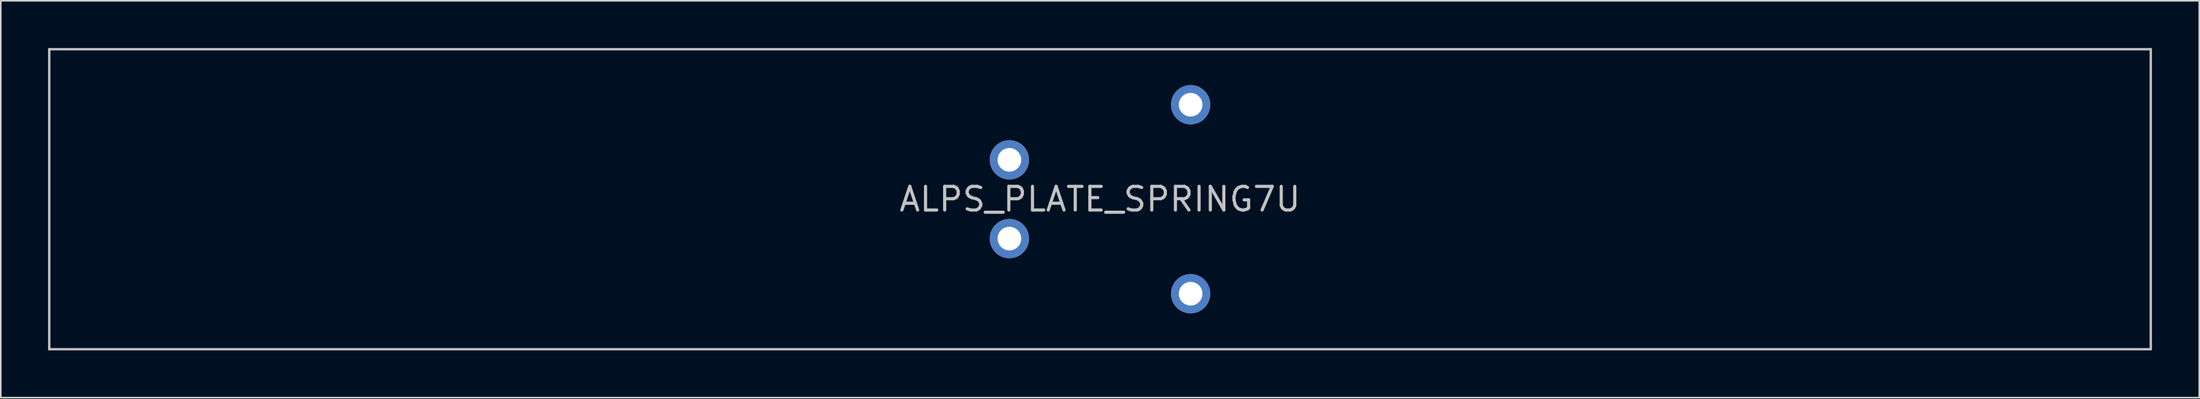
<source format=kicad_pcb>
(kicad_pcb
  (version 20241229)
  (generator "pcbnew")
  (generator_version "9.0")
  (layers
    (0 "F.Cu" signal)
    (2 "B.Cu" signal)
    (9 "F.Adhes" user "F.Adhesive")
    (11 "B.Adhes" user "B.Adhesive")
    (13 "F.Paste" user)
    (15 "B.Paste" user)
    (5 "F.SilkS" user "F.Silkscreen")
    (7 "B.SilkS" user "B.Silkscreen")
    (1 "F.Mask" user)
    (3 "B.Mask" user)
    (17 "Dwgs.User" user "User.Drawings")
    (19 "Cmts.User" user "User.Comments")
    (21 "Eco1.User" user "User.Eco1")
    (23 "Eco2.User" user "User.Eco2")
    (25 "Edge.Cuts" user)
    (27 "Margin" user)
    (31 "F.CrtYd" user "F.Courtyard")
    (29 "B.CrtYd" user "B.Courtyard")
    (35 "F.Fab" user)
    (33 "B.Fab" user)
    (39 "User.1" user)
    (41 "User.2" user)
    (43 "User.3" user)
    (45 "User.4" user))
  (footprint "ALPS_PLATE_SPRING7U"
    (layer "F.Cu")
    (at 66.75 9.6)
    (property "Reference" "ALPS_PLATE_SPRING7U" (at 0 0 0) (layer "Dwgs.User") (effects (font (size 1.5 1.5) (thickness 0.2))))
    (attr through_hole)
    (fp_line (start -66.675 -9.525) (end -66.675 9.525) (stroke (width 0.15) (type solid)) (layer "Dwgs.User"))
    (fp_line (start -66.675 -9.525) (end 66.675 -9.525) (stroke (width 0.15) (type solid)) (layer "Dwgs.User"))
    (fp_line (start -66.675 9.525) (end 66.675 9.525) (stroke (width 0.15) (type solid)) (layer "Dwgs.User"))
    (fp_line (start 66.675 9.525) (end 66.675 -9.525) (stroke (width 0.15) (type solid)) (layer "Dwgs.User"))
    (pad "1" thru_hole circle (at -5.75 2.5 90) (size 2.5 2.5) (drill 1.5) (layers "*.Cu" "*.Mask"))
    (pad "2" thru_hole circle (at -5.75 -2.5 90) (size 2.5 2.5) (drill 1.5) (layers "*.Cu" "*.Mask"))
    (pad "3" thru_hole circle (at 5.75 -6 90) (size 2.5 2.5) (drill 1.5) (layers "*.Cu" "*.Mask"))
    (pad "3" thru_hole circle (at 5.75 6 90) (size 2.5 2.5) (drill 1.5) (layers "*.Cu" "*.Mask")))
  (gr_rect
    (start -3 -3)
    (end 136.5 22.2)
    (stroke (width 0.1) (type default))
    (fill no)
    (layer "Edge.Cuts")))
</source>
